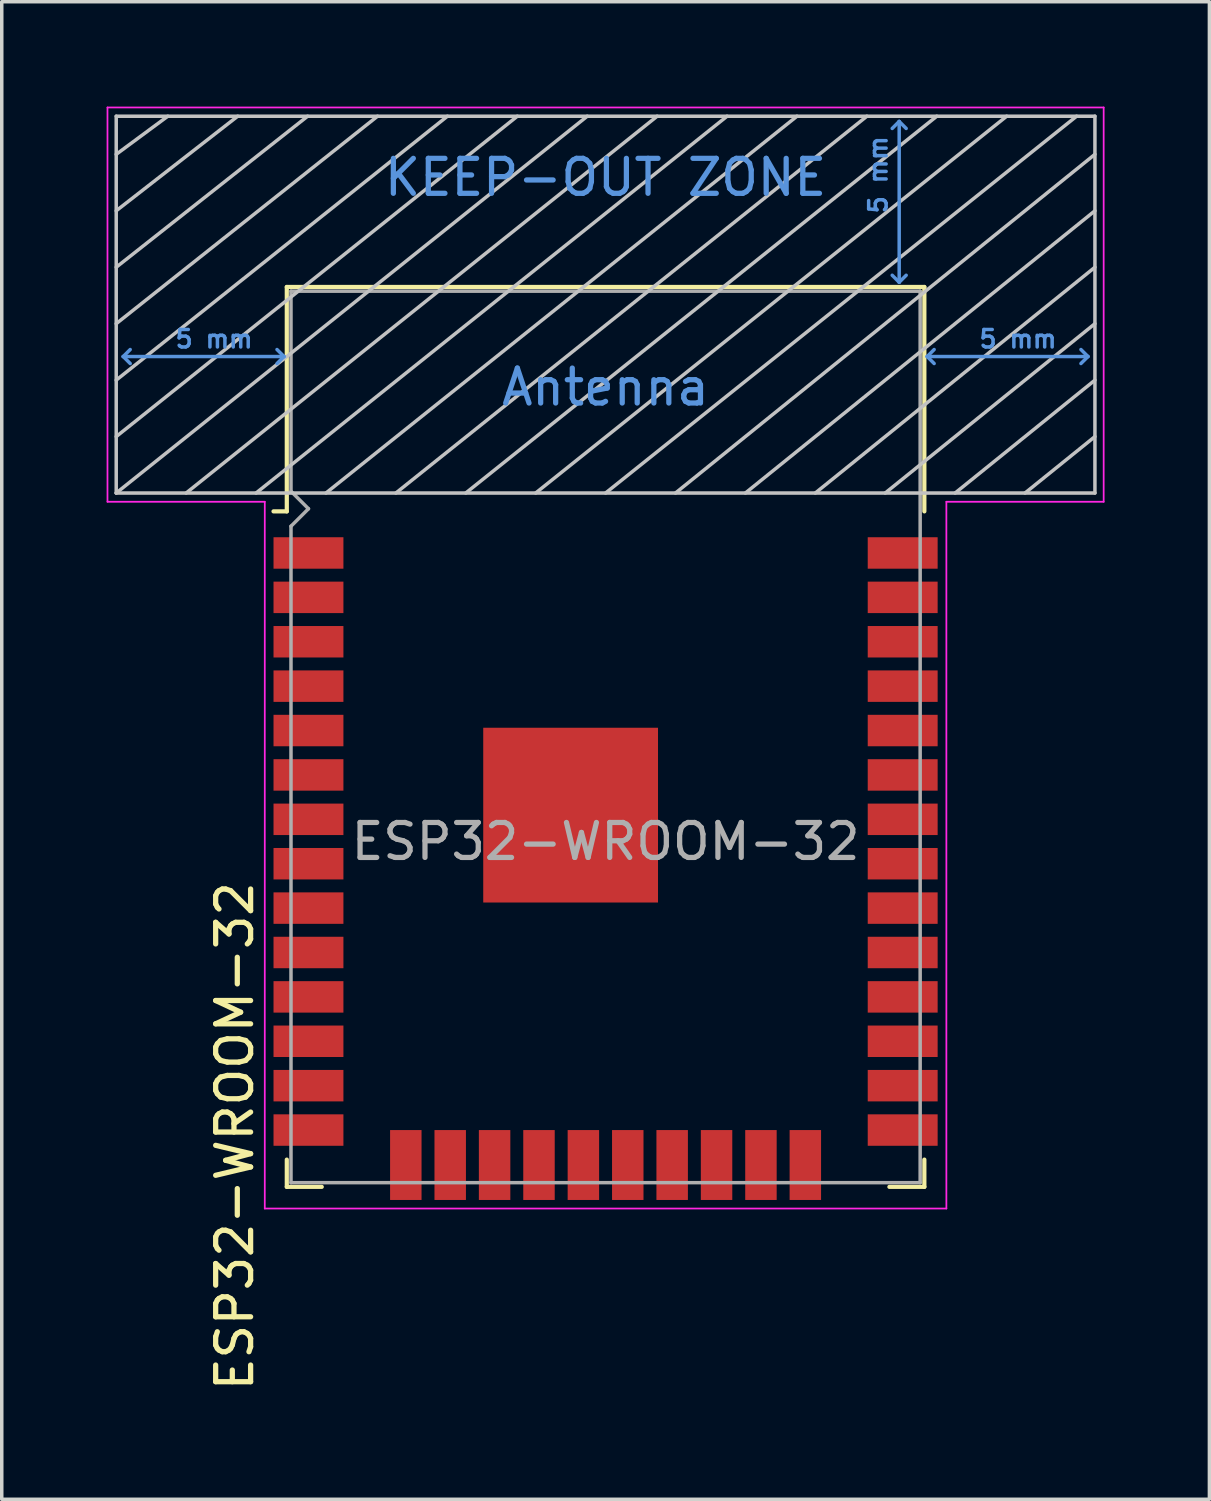
<source format=kicad_pcb>
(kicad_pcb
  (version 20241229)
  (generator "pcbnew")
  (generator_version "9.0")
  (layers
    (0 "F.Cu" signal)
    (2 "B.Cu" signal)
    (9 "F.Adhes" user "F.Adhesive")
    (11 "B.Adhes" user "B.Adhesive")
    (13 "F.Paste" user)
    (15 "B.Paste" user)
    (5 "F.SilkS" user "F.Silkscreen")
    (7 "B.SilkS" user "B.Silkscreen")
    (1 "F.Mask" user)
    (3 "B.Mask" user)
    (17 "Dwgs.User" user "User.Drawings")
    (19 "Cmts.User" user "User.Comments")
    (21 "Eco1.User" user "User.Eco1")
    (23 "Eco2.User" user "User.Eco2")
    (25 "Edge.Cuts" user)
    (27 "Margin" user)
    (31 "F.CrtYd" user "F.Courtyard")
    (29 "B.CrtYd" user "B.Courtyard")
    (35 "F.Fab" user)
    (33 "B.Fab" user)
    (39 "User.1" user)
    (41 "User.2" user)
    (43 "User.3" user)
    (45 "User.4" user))
  (footprint "ESP32-WROOM-32"
    (layer "F.Cu")
    (at 14.275 21.025)
    (property "Reference" "ESP32-WROOM-32" (at -10.61 8.43 90) (layer "F.SilkS") (effects (font (size 1 1) (thickness 0.15))))
    (attr smd)
    (fp_line (start -9.12 -15.865) (end -9.12 -9.445) (stroke (width 0.12) (type solid)) (layer "F.SilkS"))
    (fp_line (start -9.12 -15.865) (end 9.12 -15.865) (stroke (width 0.12) (type solid)) (layer "F.SilkS"))
    (fp_line (start -9.12 -9.445) (end -9.5 -9.445) (stroke (width 0.12) (type solid)) (layer "F.SilkS"))
    (fp_line (start -9.12 9.1) (end -9.12 9.88) (stroke (width 0.12) (type solid)) (layer "F.SilkS"))
    (fp_line (start -9.12 9.88) (end -8.12 9.88) (stroke (width 0.12) (type solid)) (layer "F.SilkS"))
    (fp_line (start 9.12 -15.865) (end 9.12 -9.445) (stroke (width 0.12) (type solid)) (layer "F.SilkS"))
    (fp_line (start 9.12 9.1) (end 9.12 9.88) (stroke (width 0.12) (type solid)) (layer "F.SilkS"))
    (fp_line (start 9.12 9.88) (end 8.12 9.88) (stroke (width 0.12) (type solid)) (layer "F.SilkS"))
    (fp_line (start -14 -9.97) (end -14 -20.75) (stroke (width 0.1) (type solid)) (layer "Dwgs.User"))
    (fp_line (start -12.525 -20.75) (end -14 -19.66) (stroke (width 0.1) (type solid)) (layer "Dwgs.User"))
    (fp_line (start -10.525 -20.75) (end -14 -18.045) (stroke (width 0.1) (type solid)) (layer "Dwgs.User"))
    (fp_line (start -8.525 -20.75) (end -14 -16.43) (stroke (width 0.1) (type solid)) (layer "Dwgs.User"))
    (fp_line (start -8 -9.97) (end 5.475 -20.75) (stroke (width 0.1) (type solid)) (layer "Dwgs.User"))
    (fp_line (start -6.525 -20.75) (end -14 -14.815) (stroke (width 0.1) (type solid)) (layer "Dwgs.User"))
    (fp_line (start -4.525 -20.75) (end -14 -13.2) (stroke (width 0.1) (type solid)) (layer "Dwgs.User"))
    (fp_line (start -2.525 -20.75) (end -14 -11.585) (stroke (width 0.1) (type solid)) (layer "Dwgs.User"))
    (fp_line (start -0.525 -20.75) (end -14 -9.97) (stroke (width 0.1) (type solid)) (layer "Dwgs.User"))
    (fp_line (start 1.475 -20.75) (end -12 -9.97) (stroke (width 0.1) (type solid)) (layer "Dwgs.User"))
    (fp_line (start 3.475 -20.75) (end -10 -9.97) (stroke (width 0.1) (type solid)) (layer "Dwgs.User"))
    (fp_line (start 7.475 -20.75) (end -6 -9.97) (stroke (width 0.1) (type solid)) (layer "Dwgs.User"))
    (fp_line (start 9.475 -20.75) (end -4 -9.97) (stroke (width 0.1) (type solid)) (layer "Dwgs.User"))
    (fp_line (start 11.475 -20.75) (end -2 -9.97) (stroke (width 0.1) (type solid)) (layer "Dwgs.User"))
    (fp_line (start 13.475 -20.75) (end 0 -9.97) (stroke (width 0.1) (type solid)) (layer "Dwgs.User"))
    (fp_line (start 14 -20.75) (end -14 -20.75) (stroke (width 0.1) (type solid)) (layer "Dwgs.User"))
    (fp_line (start 14 -19.66) (end 2 -9.97) (stroke (width 0.1) (type solid)) (layer "Dwgs.User"))
    (fp_line (start 14 -18.045) (end 4 -9.97) (stroke (width 0.1) (type solid)) (layer "Dwgs.User"))
    (fp_line (start 14 -16.43) (end 6 -9.97) (stroke (width 0.1) (type solid)) (layer "Dwgs.User"))
    (fp_line (start 14 -14.815) (end 8 -9.97) (stroke (width 0.1) (type solid)) (layer "Dwgs.User"))
    (fp_line (start 14 -13.2) (end 10 -9.97) (stroke (width 0.1) (type solid)) (layer "Dwgs.User"))
    (fp_line (start 14 -11.585) (end 12 -9.97) (stroke (width 0.1) (type solid)) (layer "Dwgs.User"))
    (fp_line (start 14 -9.97) (end -14 -9.97) (stroke (width 0.1) (type solid)) (layer "Dwgs.User"))
    (fp_line (start 14 -9.97) (end 14 -20.75) (stroke (width 0.1) (type solid)) (layer "Dwgs.User"))
    (fp_line (start -13.8 -13.875) (end -13.6 -14.075) (stroke (width 0.1) (type solid)) (layer "Cmts.User"))
    (fp_line (start -13.8 -13.875) (end -13.6 -13.675) (stroke (width 0.1) (type solid)) (layer "Cmts.User"))
    (fp_line (start -13.8 -13.875) (end -9.2 -13.875) (stroke (width 0.1) (type solid)) (layer "Cmts.User"))
    (fp_line (start -9.2 -13.875) (end -9.4 -14.075) (stroke (width 0.1) (type solid)) (layer "Cmts.User"))
    (fp_line (start -9.2 -13.875) (end -9.4 -13.675) (stroke (width 0.1) (type solid)) (layer "Cmts.User"))
    (fp_line (start 8.4 -20.6) (end 8.2 -20.4) (stroke (width 0.1) (type solid)) (layer "Cmts.User"))
    (fp_line (start 8.4 -20.6) (end 8.6 -20.4) (stroke (width 0.1) (type solid)) (layer "Cmts.User"))
    (fp_line (start 8.4 -16) (end 8.2 -16.2) (stroke (width 0.1) (type solid)) (layer "Cmts.User"))
    (fp_line (start 8.4 -16) (end 8.4 -20.6) (stroke (width 0.1) (type solid)) (layer "Cmts.User"))
    (fp_line (start 8.4 -16) (end 8.6 -16.2) (stroke (width 0.1) (type solid)) (layer "Cmts.User"))
    (fp_line (start 9.2 -13.875) (end 9.4 -14.075) (stroke (width 0.1) (type solid)) (layer "Cmts.User"))
    (fp_line (start 9.2 -13.875) (end 9.4 -13.675) (stroke (width 0.1) (type solid)) (layer "Cmts.User"))
    (fp_line (start 9.2 -13.875) (end 13.8 -13.875) (stroke (width 0.1) (type solid)) (layer "Cmts.User"))
    (fp_line (start 13.8 -13.875) (end 13.6 -14.075) (stroke (width 0.1) (type solid)) (layer "Cmts.User"))
    (fp_line (start 13.8 -13.875) (end 13.6 -13.675) (stroke (width 0.1) (type solid)) (layer "Cmts.User"))
    (fp_line (start -14.25 -21) (end -14.25 -9.72) (stroke (width 0.05) (type solid)) (layer "F.CrtYd"))
    (fp_line (start -14.25 -21) (end 14.25 -21) (stroke (width 0.05) (type solid)) (layer "F.CrtYd"))
    (fp_line (start -14.25 -9.72) (end -9.75 -9.72) (stroke (width 0.05) (type solid)) (layer "F.CrtYd"))
    (fp_line (start -9.75 10.5) (end -9.75 -9.72) (stroke (width 0.05) (type solid)) (layer "F.CrtYd"))
    (fp_line (start -9.75 10.5) (end 9.75 10.5) (stroke (width 0.05) (type solid)) (layer "F.CrtYd"))
    (fp_line (start 9.75 -9.72) (end 9.75 10.5) (stroke (width 0.05) (type solid)) (layer "F.CrtYd"))
    (fp_line (start 9.75 -9.72) (end 14.25 -9.72) (stroke (width 0.05) (type solid)) (layer "F.CrtYd"))
    (fp_line (start 14.25 -21) (end 14.25 -9.72) (stroke (width 0.05) (type solid)) (layer "F.CrtYd"))
    (fp_line (start -9 -15.745) (end -9 -10.02) (stroke (width 0.1) (type solid)) (layer "F.Fab"))
    (fp_line (start -9 -15.745) (end 9 -15.745) (stroke (width 0.1) (type solid)) (layer "F.Fab"))
    (fp_line (start -9 -9.02) (end -9 9.76) (stroke (width 0.1) (type solid)) (layer "F.Fab"))
    (fp_line (start -9 -9.02) (end -8.5 -9.52) (stroke (width 0.1) (type solid)) (layer "F.Fab"))
    (fp_line (start -9 9.76) (end 9 9.76) (stroke (width 0.1) (type solid)) (layer "F.Fab"))
    (fp_line (start -8.5 -9.52) (end -9 -10.02) (stroke (width 0.1) (type solid)) (layer "F.Fab"))
    (fp_line (start 9 9.76) (end 9 -15.745) (stroke (width 0.1) (type solid)) (layer "F.Fab"))
    (fp_text user "Antenna" (at 0 -13 0) (layer "Cmts.User") (effects (font (size 1 1) (thickness 0.15))))
    (fp_text user "5 mm" (at 7.8 -19.075 90) (layer "Cmts.User") (effects (font (size 0.5 0.5) (thickness 0.1))))
    (fp_text user "KEEP-OUT ZONE" (at 0 -19 0) (layer "Cmts.User") (effects (font (size 1 1) (thickness 0.15))))
    (fp_text user "5 mm" (at -11.2 -14.375 0) (layer "Cmts.User") (effects (font (size 0.5 0.5) (thickness 0.1))))
    (fp_text user "5 mm" (at 11.8 -14.375 0) (layer "Cmts.User") (effects (font (size 0.5 0.5) (thickness 0.1))))
    (fp_text user "${REFERENCE}" (at 0 0 0) (layer "F.Fab") (effects (font (size 1 1) (thickness 0.15))))
    (pad "1" smd rect (at -8.5 -8.255) (size 2 0.9) (layers "F.Cu" "F.Mask" "F.Paste"))
    (pad "2" smd rect (at -8.5 -6.985) (size 2 0.9) (layers "F.Cu" "F.Mask" "F.Paste"))
    (pad "3" smd rect (at -8.5 -5.715) (size 2 0.9) (layers "F.Cu" "F.Mask" "F.Paste"))
    (pad "4" smd rect (at -8.5 -4.445) (size 2 0.9) (layers "F.Cu" "F.Mask" "F.Paste"))
    (pad "5" smd rect (at -8.5 -3.175) (size 2 0.9) (layers "F.Cu" "F.Mask" "F.Paste"))
    (pad "6" smd rect (at -8.5 -1.905) (size 2 0.9) (layers "F.Cu" "F.Mask" "F.Paste"))
    (pad "7" smd rect (at -8.5 -0.635) (size 2 0.9) (layers "F.Cu" "F.Mask" "F.Paste"))
    (pad "8" smd rect (at -8.5 0.635) (size 2 0.9) (layers "F.Cu" "F.Mask" "F.Paste"))
    (pad "9" smd rect (at -8.5 1.905) (size 2 0.9) (layers "F.Cu" "F.Mask" "F.Paste"))
    (pad "10" smd rect (at -8.5 3.175) (size 2 0.9) (layers "F.Cu" "F.Mask" "F.Paste"))
    (pad "11" smd rect (at -8.5 4.445) (size 2 0.9) (layers "F.Cu" "F.Mask" "F.Paste"))
    (pad "12" smd rect (at -8.5 5.715) (size 2 0.9) (layers "F.Cu" "F.Mask" "F.Paste"))
    (pad "13" smd rect (at -8.5 6.985) (size 2 0.9) (layers "F.Cu" "F.Mask" "F.Paste"))
    (pad "14" smd rect (at -8.5 8.255) (size 2 0.9) (layers "F.Cu" "F.Mask" "F.Paste"))
    (pad "15" smd rect (at -5.715 9.255 90) (size 2 0.9) (layers "F.Cu" "F.Mask" "F.Paste"))
    (pad "16" smd rect (at -4.445 9.255 90) (size 2 0.9) (layers "F.Cu" "F.Mask" "F.Paste"))
    (pad "17" smd rect (at -3.175 9.255 90) (size 2 0.9) (layers "F.Cu" "F.Mask" "F.Paste"))
    (pad "18" smd rect (at -1.905 9.255 90) (size 2 0.9) (layers "F.Cu" "F.Mask" "F.Paste"))
    (pad "19" smd rect (at -0.635 9.255 90) (size 2 0.9) (layers "F.Cu" "F.Mask" "F.Paste"))
    (pad "20" smd rect (at 0.635 9.255 90) (size 2 0.9) (layers "F.Cu" "F.Mask" "F.Paste"))
    (pad "21" smd rect (at 1.905 9.255 90) (size 2 0.9) (layers "F.Cu" "F.Mask" "F.Paste"))
    (pad "22" smd rect (at 3.175 9.255 90) (size 2 0.9) (layers "F.Cu" "F.Mask" "F.Paste"))
    (pad "23" smd rect (at 4.445 9.255 90) (size 2 0.9) (layers "F.Cu" "F.Mask" "F.Paste"))
    (pad "24" smd rect (at 5.715 9.255 90) (size 2 0.9) (layers "F.Cu" "F.Mask" "F.Paste"))
    (pad "25" smd rect (at 8.5 8.255) (size 2 0.9) (layers "F.Cu" "F.Mask" "F.Paste"))
    (pad "26" smd rect (at 8.5 6.985) (size 2 0.9) (layers "F.Cu" "F.Mask" "F.Paste"))
    (pad "27" smd rect (at 8.5 5.715) (size 2 0.9) (layers "F.Cu" "F.Mask" "F.Paste"))
    (pad "28" smd rect (at 8.5 4.445) (size 2 0.9) (layers "F.Cu" "F.Mask" "F.Paste"))
    (pad "29" smd rect (at 8.5 3.175) (size 2 0.9) (layers "F.Cu" "F.Mask" "F.Paste"))
    (pad "30" smd rect (at 8.5 1.905) (size 2 0.9) (layers "F.Cu" "F.Mask" "F.Paste"))
    (pad "31" smd rect (at 8.5 0.635) (size 2 0.9) (layers "F.Cu" "F.Mask" "F.Paste"))
    (pad "32" smd rect (at 8.5 -0.635) (size 2 0.9) (layers "F.Cu" "F.Mask" "F.Paste"))
    (pad "33" smd rect (at 8.5 -1.905) (size 2 0.9) (layers "F.Cu" "F.Mask" "F.Paste"))
    (pad "34" smd rect (at 8.5 -3.175) (size 2 0.9) (layers "F.Cu" "F.Mask" "F.Paste"))
    (pad "35" smd rect (at 8.5 -4.445) (size 2 0.9) (layers "F.Cu" "F.Mask" "F.Paste"))
    (pad "36" smd rect (at 8.5 -5.715) (size 2 0.9) (layers "F.Cu" "F.Mask" "F.Paste"))
    (pad "37" smd rect (at 8.5 -6.985) (size 2 0.9) (layers "F.Cu" "F.Mask" "F.Paste"))
    (pad "38" smd rect (at 8.5 -8.255) (size 2 0.9) (layers "F.Cu" "F.Mask" "F.Paste"))
    (pad "39" smd rect (at -1 -0.755) (size 5 5) (layers "F.Cu" "F.Mask" "F.Paste")))
  (gr_rect
    (start -3 -3)
    (end 31.55 39.842)
    (stroke (width 0.1) (type default))
    (fill no)
    (layer "Edge.Cuts")))
</source>
